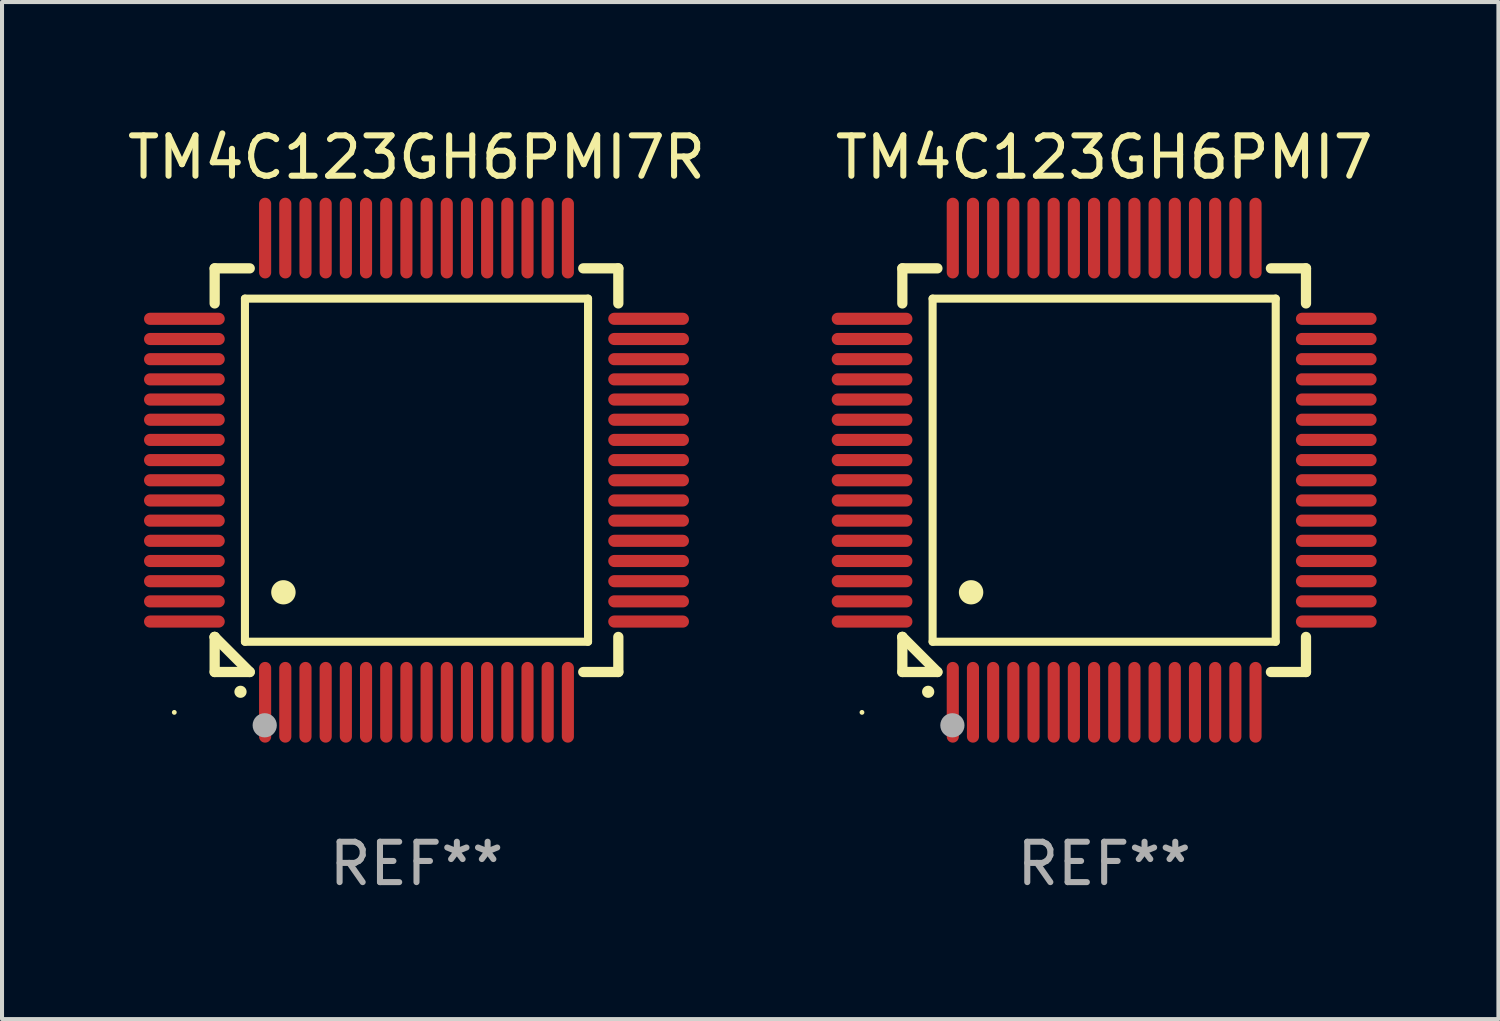
<source format=kicad_pcb>
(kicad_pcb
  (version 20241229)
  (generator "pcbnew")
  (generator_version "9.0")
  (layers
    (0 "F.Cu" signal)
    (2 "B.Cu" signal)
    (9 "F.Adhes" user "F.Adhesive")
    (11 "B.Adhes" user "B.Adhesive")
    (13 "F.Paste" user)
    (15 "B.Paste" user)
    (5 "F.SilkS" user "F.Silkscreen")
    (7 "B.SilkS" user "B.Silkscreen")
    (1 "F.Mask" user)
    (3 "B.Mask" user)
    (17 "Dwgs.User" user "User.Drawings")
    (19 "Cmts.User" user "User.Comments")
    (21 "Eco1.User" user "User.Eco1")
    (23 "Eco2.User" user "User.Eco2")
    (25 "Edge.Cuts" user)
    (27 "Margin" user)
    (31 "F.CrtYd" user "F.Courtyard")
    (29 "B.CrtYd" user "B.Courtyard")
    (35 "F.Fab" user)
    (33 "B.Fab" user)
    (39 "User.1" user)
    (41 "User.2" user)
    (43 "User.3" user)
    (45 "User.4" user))
  (footprint "TM4C123GH6PMI7R"
    (layer "F.Cu")
    (at 7.268 8.598)
    (property "Reference" "TM4C123GH6PMI7R" (at 0 -7.75 0) (layer "F.SilkS") (effects (font (size 1 1) (thickness 0.15))))
    (attr through_hole)
    (fp_line (start -5 -5) (end -4.131 -5) (stroke (width 0.254) (type solid)) (layer "F.SilkS"))
    (fp_line (start -5 -4.131) (end -5 -5) (stroke (width 0.254) (type solid)) (layer "F.SilkS"))
    (fp_line (start -5 4.131) (end -5 4.131) (stroke (width 0.254) (type solid)) (layer "F.SilkS"))
    (fp_line (start -5 5) (end -5 4.131) (stroke (width 0.254) (type solid)) (layer "F.SilkS"))
    (fp_line (start -5 4.131) (end -4.131 5) (stroke (width 0.254) (type solid)) (layer "F.SilkS"))
    (fp_line (start -4.25 -4.25) (end -4.25 4.25) (stroke (width 0.2) (type solid)) (layer "F.SilkS"))
    (fp_line (start -4.25 4.25) (end 4.25 4.25) (stroke (width 0.2) (type solid)) (layer "F.SilkS"))
    (fp_line (start -4.131 5) (end -5 5) (stroke (width 0.254) (type solid)) (layer "F.SilkS"))
    (fp_line (start 4.25 -4.25) (end -4.25 -4.25) (stroke (width 0.2) (type solid)) (layer "F.SilkS"))
    (fp_line (start 4.25 4.25) (end 4.25 -4.25) (stroke (width 0.2) (type solid)) (layer "F.SilkS"))
    (fp_line (start 5 -5) (end 4.131 -5) (stroke (width 0.254) (type solid)) (layer "F.SilkS"))
    (fp_line (start 5 -5) (end 5 -4.131) (stroke (width 0.254) (type solid)) (layer "F.SilkS"))
    (fp_line (start 5 4.131) (end 5 5) (stroke (width 0.254) (type solid)) (layer "F.SilkS"))
    (fp_line (start 5 5) (end 4.131 5) (stroke (width 0.254) (type solid)) (layer "F.SilkS"))
    (fp_arc (start -4.361265 5.489992) (mid -4.359995 5.489987) (end -4.358725 5.489992) (stroke (width 0.3) (type solid)) (layer "F.SilkS"))
    (fp_arc (start -3.299467 3.025146) (mid -3.296927 3.025135) (end -3.294387 3.025146) (stroke (width 0.6) (type solid)) (layer "F.SilkS"))
    (fp_circle (center -6 6) (end -5.97 6) (stroke (width 0.06) (type solid)) (fill no) (layer "F.SilkS"))
    (fp_circle (center -3.76 6.32) (end -3.61 6.32) (stroke (width 0.3) (type solid)) (fill no) (layer "F.Fab"))
    (fp_text user "REF**" (at 0 9.75 0) (layer "F.Fab") (effects (font (size 1 1) (thickness 0.15))))
    (pad "1" smd oval (at -3.75 5.75) (size 0.3 2) (layers "F.Cu" "F.Mask" "F.Paste"))
    (pad "2" smd oval (at -3.25 5.75) (size 0.3 2) (layers "F.Cu" "F.Mask" "F.Paste"))
    (pad "3" smd oval (at -2.75 5.75) (size 0.3 2) (layers "F.Cu" "F.Mask" "F.Paste"))
    (pad "4" smd oval (at -2.25 5.75) (size 0.3 2) (layers "F.Cu" "F.Mask" "F.Paste"))
    (pad "5" smd oval (at -1.75 5.75) (size 0.3 2) (layers "F.Cu" "F.Mask" "F.Paste"))
    (pad "6" smd oval (at -1.25 5.75) (size 0.3 2) (layers "F.Cu" "F.Mask" "F.Paste"))
    (pad "7" smd oval (at -0.75 5.75) (size 0.3 2) (layers "F.Cu" "F.Mask" "F.Paste"))
    (pad "8" smd oval (at -0.25 5.75) (size 0.3 2) (layers "F.Cu" "F.Mask" "F.Paste"))
    (pad "9" smd oval (at 0.25 5.75) (size 0.3 2) (layers "F.Cu" "F.Mask" "F.Paste"))
    (pad "10" smd oval (at 0.75 5.75) (size 0.3 2) (layers "F.Cu" "F.Mask" "F.Paste"))
    (pad "11" smd oval (at 1.25 5.75) (size 0.3 2) (layers "F.Cu" "F.Mask" "F.Paste"))
    (pad "12" smd oval (at 1.75 5.75) (size 0.3 2) (layers "F.Cu" "F.Mask" "F.Paste"))
    (pad "13" smd oval (at 2.25 5.75) (size 0.3 2) (layers "F.Cu" "F.Mask" "F.Paste"))
    (pad "14" smd oval (at 2.75 5.75) (size 0.3 2) (layers "F.Cu" "F.Mask" "F.Paste"))
    (pad "15" smd oval (at 3.25 5.75) (size 0.3 2) (layers "F.Cu" "F.Mask" "F.Paste"))
    (pad "16" smd oval (at 3.75 5.75) (size 0.3 2) (layers "F.Cu" "F.Mask" "F.Paste"))
    (pad "17" smd oval (at 5.75 3.75) (size 2 0.3) (layers "F.Cu" "F.Mask" "F.Paste"))
    (pad "18" smd oval (at 5.75 3.25) (size 2 0.3) (layers "F.Cu" "F.Mask" "F.Paste"))
    (pad "19" smd oval (at 5.75 2.75) (size 2 0.3) (layers "F.Cu" "F.Mask" "F.Paste"))
    (pad "20" smd oval (at 5.75 2.25) (size 2 0.3) (layers "F.Cu" "F.Mask" "F.Paste"))
    (pad "21" smd oval (at 5.75 1.75) (size 2 0.3) (layers "F.Cu" "F.Mask" "F.Paste"))
    (pad "22" smd oval (at 5.75 1.25) (size 2 0.3) (layers "F.Cu" "F.Mask" "F.Paste"))
    (pad "23" smd oval (at 5.75 0.75) (size 2 0.3) (layers "F.Cu" "F.Mask" "F.Paste"))
    (pad "24" smd oval (at 5.75 0.25) (size 2 0.3) (layers "F.Cu" "F.Mask" "F.Paste"))
    (pad "25" smd oval (at 5.75 -0.25) (size 2 0.3) (layers "F.Cu" "F.Mask" "F.Paste"))
    (pad "26" smd oval (at 5.75 -0.75) (size 2 0.3) (layers "F.Cu" "F.Mask" "F.Paste"))
    (pad "27" smd oval (at 5.75 -1.25) (size 2 0.3) (layers "F.Cu" "F.Mask" "F.Paste"))
    (pad "28" smd oval (at 5.75 -1.75) (size 2 0.3) (layers "F.Cu" "F.Mask" "F.Paste"))
    (pad "29" smd oval (at 5.75 -2.25) (size 2 0.3) (layers "F.Cu" "F.Mask" "F.Paste"))
    (pad "30" smd oval (at 5.75 -2.75) (size 2 0.3) (layers "F.Cu" "F.Mask" "F.Paste"))
    (pad "31" smd oval (at 5.75 -3.25) (size 2 0.3) (layers "F.Cu" "F.Mask" "F.Paste"))
    (pad "32" smd oval (at 5.75 -3.75) (size 2 0.3) (layers "F.Cu" "F.Mask" "F.Paste"))
    (pad "33" smd oval (at 3.75 -5.75) (size 0.3 2) (layers "F.Cu" "F.Mask" "F.Paste"))
    (pad "34" smd oval (at 3.25 -5.75) (size 0.3 2) (layers "F.Cu" "F.Mask" "F.Paste"))
    (pad "35" smd oval (at 2.75 -5.75) (size 0.3 2) (layers "F.Cu" "F.Mask" "F.Paste"))
    (pad "36" smd oval (at 2.25 -5.75) (size 0.3 2) (layers "F.Cu" "F.Mask" "F.Paste"))
    (pad "37" smd oval (at 1.75 -5.75) (size 0.3 2) (layers "F.Cu" "F.Mask" "F.Paste"))
    (pad "38" smd oval (at 1.25 -5.75) (size 0.3 2) (layers "F.Cu" "F.Mask" "F.Paste"))
    (pad "39" smd oval (at 0.75 -5.75) (size 0.3 2) (layers "F.Cu" "F.Mask" "F.Paste"))
    (pad "40" smd oval (at 0.25 -5.75) (size 0.3 2) (layers "F.Cu" "F.Mask" "F.Paste"))
    (pad "41" smd oval (at -0.25 -5.75) (size 0.3 2) (layers "F.Cu" "F.Mask" "F.Paste"))
    (pad "42" smd oval (at -0.75 -5.75) (size 0.3 2) (layers "F.Cu" "F.Mask" "F.Paste"))
    (pad "43" smd oval (at -1.25 -5.75) (size 0.3 2) (layers "F.Cu" "F.Mask" "F.Paste"))
    (pad "44" smd oval (at -1.75 -5.75) (size 0.3 2) (layers "F.Cu" "F.Mask" "F.Paste"))
    (pad "45" smd oval (at -2.25 -5.75) (size 0.3 2) (layers "F.Cu" "F.Mask" "F.Paste"))
    (pad "46" smd oval (at -2.75 -5.75) (size 0.3 2) (layers "F.Cu" "F.Mask" "F.Paste"))
    (pad "47" smd oval (at -3.25 -5.75) (size 0.3 2) (layers "F.Cu" "F.Mask" "F.Paste"))
    (pad "48" smd oval (at -3.75 -5.75) (size 0.3 2) (layers "F.Cu" "F.Mask" "F.Paste"))
    (pad "49" smd oval (at -5.75 -3.75) (size 2 0.3) (layers "F.Cu" "F.Mask" "F.Paste"))
    (pad "50" smd oval (at -5.75 -3.25) (size 2 0.3) (layers "F.Cu" "F.Mask" "F.Paste"))
    (pad "51" smd oval (at -5.75 -2.75) (size 2 0.3) (layers "F.Cu" "F.Mask" "F.Paste"))
    (pad "52" smd oval (at -5.75 -2.25) (size 2 0.3) (layers "F.Cu" "F.Mask" "F.Paste"))
    (pad "53" smd oval (at -5.75 -1.75) (size 2 0.3) (layers "F.Cu" "F.Mask" "F.Paste"))
    (pad "54" smd oval (at -5.75 -1.25) (size 2 0.3) (layers "F.Cu" "F.Mask" "F.Paste"))
    (pad "55" smd oval (at -5.75 -0.75) (size 2 0.3) (layers "F.Cu" "F.Mask" "F.Paste"))
    (pad "56" smd oval (at -5.75 -0.25) (size 2 0.3) (layers "F.Cu" "F.Mask" "F.Paste"))
    (pad "57" smd oval (at -5.75 0.25) (size 2 0.3) (layers "F.Cu" "F.Mask" "F.Paste"))
    (pad "58" smd oval (at -5.75 0.75) (size 2 0.3) (layers "F.Cu" "F.Mask" "F.Paste"))
    (pad "59" smd oval (at -5.75 1.25) (size 2 0.3) (layers "F.Cu" "F.Mask" "F.Paste"))
    (pad "60" smd oval (at -5.75 1.75) (size 2 0.3) (layers "F.Cu" "F.Mask" "F.Paste"))
    (pad "61" smd oval (at -5.75 2.25) (size 2 0.3) (layers "F.Cu" "F.Mask" "F.Paste"))
    (pad "62" smd oval (at -5.75 2.75) (size 2 0.3) (layers "F.Cu" "F.Mask" "F.Paste"))
    (pad "63" smd oval (at -5.75 3.25) (size 2 0.3) (layers "F.Cu" "F.Mask" "F.Paste"))
    (pad "64" smd oval (at -5.75 3.75) (size 2 0.3) (layers "F.Cu" "F.Mask" "F.Paste")))
  (footprint "TM4C123GH6PMI7"
    (layer "F.Cu")
    (at 24.304 8.598)
    (property "Reference" "TM4C123GH6PMI7" (at 0 -7.75 0) (layer "F.SilkS") (effects (font (size 1 1) (thickness 0.15))))
    (attr through_hole)
    (fp_line (start -5 -5) (end -4.131 -5) (stroke (width 0.254) (type solid)) (layer "F.SilkS"))
    (fp_line (start -5 -4.131) (end -5 -5) (stroke (width 0.254) (type solid)) (layer "F.SilkS"))
    (fp_line (start -5 4.131) (end -5 4.131) (stroke (width 0.254) (type solid)) (layer "F.SilkS"))
    (fp_line (start -5 5) (end -5 4.131) (stroke (width 0.254) (type solid)) (layer "F.SilkS"))
    (fp_line (start -5 4.131) (end -4.131 5) (stroke (width 0.254) (type solid)) (layer "F.SilkS"))
    (fp_line (start -4.25 -4.25) (end -4.25 4.25) (stroke (width 0.2) (type solid)) (layer "F.SilkS"))
    (fp_line (start -4.25 4.25) (end 4.25 4.25) (stroke (width 0.2) (type solid)) (layer "F.SilkS"))
    (fp_line (start -4.131 5) (end -5 5) (stroke (width 0.254) (type solid)) (layer "F.SilkS"))
    (fp_line (start 4.25 -4.25) (end -4.25 -4.25) (stroke (width 0.2) (type solid)) (layer "F.SilkS"))
    (fp_line (start 4.25 4.25) (end 4.25 -4.25) (stroke (width 0.2) (type solid)) (layer "F.SilkS"))
    (fp_line (start 5 -5) (end 4.131 -5) (stroke (width 0.254) (type solid)) (layer "F.SilkS"))
    (fp_line (start 5 -5) (end 5 -4.131) (stroke (width 0.254) (type solid)) (layer "F.SilkS"))
    (fp_line (start 5 4.131) (end 5 5) (stroke (width 0.254) (type solid)) (layer "F.SilkS"))
    (fp_line (start 5 5) (end 4.131 5) (stroke (width 0.254) (type solid)) (layer "F.SilkS"))
    (fp_arc (start -4.361265 5.489992) (mid -4.359995 5.489987) (end -4.358725 5.489992) (stroke (width 0.3) (type solid)) (layer "F.SilkS"))
    (fp_arc (start -3.299467 3.025146) (mid -3.296927 3.025135) (end -3.294387 3.025146) (stroke (width 0.6) (type solid)) (layer "F.SilkS"))
    (fp_circle (center -6 6) (end -5.97 6) (stroke (width 0.06) (type solid)) (fill no) (layer "F.SilkS"))
    (fp_circle (center -3.76 6.32) (end -3.61 6.32) (stroke (width 0.3) (type solid)) (fill no) (layer "F.Fab"))
    (fp_text user "REF**" (at 0 9.75 0) (layer "F.Fab") (effects (font (size 1 1) (thickness 0.15))))
    (pad "1" smd oval (at -3.75 5.75) (size 0.3 2) (layers "F.Cu" "F.Mask" "F.Paste"))
    (pad "2" smd oval (at -3.25 5.75) (size 0.3 2) (layers "F.Cu" "F.Mask" "F.Paste"))
    (pad "3" smd oval (at -2.75 5.75) (size 0.3 2) (layers "F.Cu" "F.Mask" "F.Paste"))
    (pad "4" smd oval (at -2.25 5.75) (size 0.3 2) (layers "F.Cu" "F.Mask" "F.Paste"))
    (pad "5" smd oval (at -1.75 5.75) (size 0.3 2) (layers "F.Cu" "F.Mask" "F.Paste"))
    (pad "6" smd oval (at -1.25 5.75) (size 0.3 2) (layers "F.Cu" "F.Mask" "F.Paste"))
    (pad "7" smd oval (at -0.75 5.75) (size 0.3 2) (layers "F.Cu" "F.Mask" "F.Paste"))
    (pad "8" smd oval (at -0.25 5.75) (size 0.3 2) (layers "F.Cu" "F.Mask" "F.Paste"))
    (pad "9" smd oval (at 0.25 5.75) (size 0.3 2) (layers "F.Cu" "F.Mask" "F.Paste"))
    (pad "10" smd oval (at 0.75 5.75) (size 0.3 2) (layers "F.Cu" "F.Mask" "F.Paste"))
    (pad "11" smd oval (at 1.25 5.75) (size 0.3 2) (layers "F.Cu" "F.Mask" "F.Paste"))
    (pad "12" smd oval (at 1.75 5.75) (size 0.3 2) (layers "F.Cu" "F.Mask" "F.Paste"))
    (pad "13" smd oval (at 2.25 5.75) (size 0.3 2) (layers "F.Cu" "F.Mask" "F.Paste"))
    (pad "14" smd oval (at 2.75 5.75) (size 0.3 2) (layers "F.Cu" "F.Mask" "F.Paste"))
    (pad "15" smd oval (at 3.25 5.75) (size 0.3 2) (layers "F.Cu" "F.Mask" "F.Paste"))
    (pad "16" smd oval (at 3.75 5.75) (size 0.3 2) (layers "F.Cu" "F.Mask" "F.Paste"))
    (pad "17" smd oval (at 5.75 3.75) (size 2 0.3) (layers "F.Cu" "F.Mask" "F.Paste"))
    (pad "18" smd oval (at 5.75 3.25) (size 2 0.3) (layers "F.Cu" "F.Mask" "F.Paste"))
    (pad "19" smd oval (at 5.75 2.75) (size 2 0.3) (layers "F.Cu" "F.Mask" "F.Paste"))
    (pad "20" smd oval (at 5.75 2.25) (size 2 0.3) (layers "F.Cu" "F.Mask" "F.Paste"))
    (pad "21" smd oval (at 5.75 1.75) (size 2 0.3) (layers "F.Cu" "F.Mask" "F.Paste"))
    (pad "22" smd oval (at 5.75 1.25) (size 2 0.3) (layers "F.Cu" "F.Mask" "F.Paste"))
    (pad "23" smd oval (at 5.75 0.75) (size 2 0.3) (layers "F.Cu" "F.Mask" "F.Paste"))
    (pad "24" smd oval (at 5.75 0.25) (size 2 0.3) (layers "F.Cu" "F.Mask" "F.Paste"))
    (pad "25" smd oval (at 5.75 -0.25) (size 2 0.3) (layers "F.Cu" "F.Mask" "F.Paste"))
    (pad "26" smd oval (at 5.75 -0.75) (size 2 0.3) (layers "F.Cu" "F.Mask" "F.Paste"))
    (pad "27" smd oval (at 5.75 -1.25) (size 2 0.3) (layers "F.Cu" "F.Mask" "F.Paste"))
    (pad "28" smd oval (at 5.75 -1.75) (size 2 0.3) (layers "F.Cu" "F.Mask" "F.Paste"))
    (pad "29" smd oval (at 5.75 -2.25) (size 2 0.3) (layers "F.Cu" "F.Mask" "F.Paste"))
    (pad "30" smd oval (at 5.75 -2.75) (size 2 0.3) (layers "F.Cu" "F.Mask" "F.Paste"))
    (pad "31" smd oval (at 5.75 -3.25) (size 2 0.3) (layers "F.Cu" "F.Mask" "F.Paste"))
    (pad "32" smd oval (at 5.75 -3.75) (size 2 0.3) (layers "F.Cu" "F.Mask" "F.Paste"))
    (pad "33" smd oval (at 3.75 -5.75) (size 0.3 2) (layers "F.Cu" "F.Mask" "F.Paste"))
    (pad "34" smd oval (at 3.25 -5.75) (size 0.3 2) (layers "F.Cu" "F.Mask" "F.Paste"))
    (pad "35" smd oval (at 2.75 -5.75) (size 0.3 2) (layers "F.Cu" "F.Mask" "F.Paste"))
    (pad "36" smd oval (at 2.25 -5.75) (size 0.3 2) (layers "F.Cu" "F.Mask" "F.Paste"))
    (pad "37" smd oval (at 1.75 -5.75) (size 0.3 2) (layers "F.Cu" "F.Mask" "F.Paste"))
    (pad "38" smd oval (at 1.25 -5.75) (size 0.3 2) (layers "F.Cu" "F.Mask" "F.Paste"))
    (pad "39" smd oval (at 0.75 -5.75) (size 0.3 2) (layers "F.Cu" "F.Mask" "F.Paste"))
    (pad "40" smd oval (at 0.25 -5.75) (size 0.3 2) (layers "F.Cu" "F.Mask" "F.Paste"))
    (pad "41" smd oval (at -0.25 -5.75) (size 0.3 2) (layers "F.Cu" "F.Mask" "F.Paste"))
    (pad "42" smd oval (at -0.75 -5.75) (size 0.3 2) (layers "F.Cu" "F.Mask" "F.Paste"))
    (pad "43" smd oval (at -1.25 -5.75) (size 0.3 2) (layers "F.Cu" "F.Mask" "F.Paste"))
    (pad "44" smd oval (at -1.75 -5.75) (size 0.3 2) (layers "F.Cu" "F.Mask" "F.Paste"))
    (pad "45" smd oval (at -2.25 -5.75) (size 0.3 2) (layers "F.Cu" "F.Mask" "F.Paste"))
    (pad "46" smd oval (at -2.75 -5.75) (size 0.3 2) (layers "F.Cu" "F.Mask" "F.Paste"))
    (pad "47" smd oval (at -3.25 -5.75) (size 0.3 2) (layers "F.Cu" "F.Mask" "F.Paste"))
    (pad "48" smd oval (at -3.75 -5.75) (size 0.3 2) (layers "F.Cu" "F.Mask" "F.Paste"))
    (pad "49" smd oval (at -5.75 -3.75) (size 2 0.3) (layers "F.Cu" "F.Mask" "F.Paste"))
    (pad "50" smd oval (at -5.75 -3.25) (size 2 0.3) (layers "F.Cu" "F.Mask" "F.Paste"))
    (pad "51" smd oval (at -5.75 -2.75) (size 2 0.3) (layers "F.Cu" "F.Mask" "F.Paste"))
    (pad "52" smd oval (at -5.75 -2.25) (size 2 0.3) (layers "F.Cu" "F.Mask" "F.Paste"))
    (pad "53" smd oval (at -5.75 -1.75) (size 2 0.3) (layers "F.Cu" "F.Mask" "F.Paste"))
    (pad "54" smd oval (at -5.75 -1.25) (size 2 0.3) (layers "F.Cu" "F.Mask" "F.Paste"))
    (pad "55" smd oval (at -5.75 -0.75) (size 2 0.3) (layers "F.Cu" "F.Mask" "F.Paste"))
    (pad "56" smd oval (at -5.75 -0.25) (size 2 0.3) (layers "F.Cu" "F.Mask" "F.Paste"))
    (pad "57" smd oval (at -5.75 0.25) (size 2 0.3) (layers "F.Cu" "F.Mask" "F.Paste"))
    (pad "58" smd oval (at -5.75 0.75) (size 2 0.3) (layers "F.Cu" "F.Mask" "F.Paste"))
    (pad "59" smd oval (at -5.75 1.25) (size 2 0.3) (layers "F.Cu" "F.Mask" "F.Paste"))
    (pad "60" smd oval (at -5.75 1.75) (size 2 0.3) (layers "F.Cu" "F.Mask" "F.Paste"))
    (pad "61" smd oval (at -5.75 2.25) (size 2 0.3) (layers "F.Cu" "F.Mask" "F.Paste"))
    (pad "62" smd oval (at -5.75 2.75) (size 2 0.3) (layers "F.Cu" "F.Mask" "F.Paste"))
    (pad "63" smd oval (at -5.75 3.25) (size 2 0.3) (layers "F.Cu" "F.Mask" "F.Paste"))
    (pad "64" smd oval (at -5.75 3.75) (size 2 0.3) (layers "F.Cu" "F.Mask" "F.Paste")))
  (gr_rect
    (start -3 -3)
    (end 34.071 22.196)
    (stroke (width 0.1) (type default))
    (fill no)
    (layer "Edge.Cuts")))
</source>
